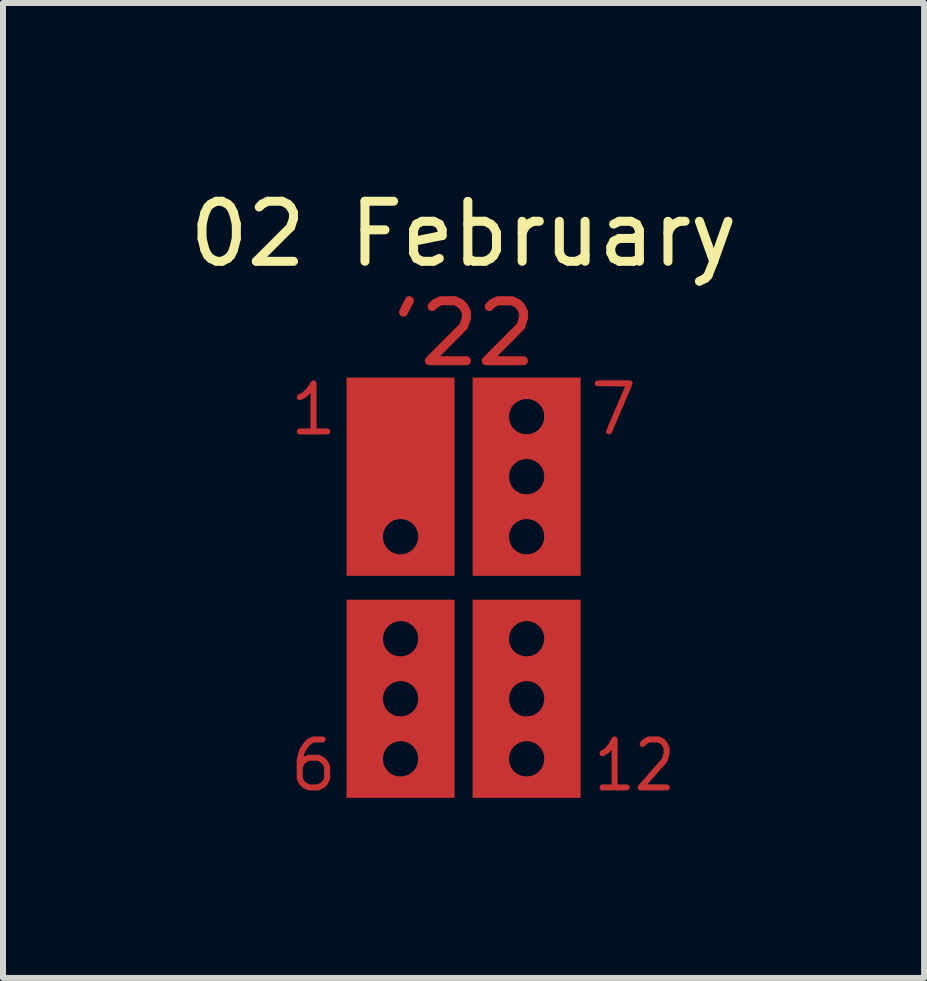
<source format=kicad_pcb>
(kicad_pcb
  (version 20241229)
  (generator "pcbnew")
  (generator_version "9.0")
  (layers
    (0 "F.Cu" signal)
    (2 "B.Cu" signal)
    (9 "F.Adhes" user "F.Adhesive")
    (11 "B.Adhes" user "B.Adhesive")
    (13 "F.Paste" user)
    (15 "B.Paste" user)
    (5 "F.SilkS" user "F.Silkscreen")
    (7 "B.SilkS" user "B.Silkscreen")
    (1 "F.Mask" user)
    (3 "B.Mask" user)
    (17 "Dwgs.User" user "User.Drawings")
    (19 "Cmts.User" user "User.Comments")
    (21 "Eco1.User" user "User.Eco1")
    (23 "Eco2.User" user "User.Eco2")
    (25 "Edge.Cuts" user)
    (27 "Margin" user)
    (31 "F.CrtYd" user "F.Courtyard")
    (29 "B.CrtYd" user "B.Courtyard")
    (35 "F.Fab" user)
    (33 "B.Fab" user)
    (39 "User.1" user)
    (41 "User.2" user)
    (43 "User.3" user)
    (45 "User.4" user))
  (footprint "02 February"
    (layer "F.Cu")
    (at 4.673 6.741)
    (property "Reference" "02 February" (at 0 -5.893 0) (unlocked yes) (layer "F.SilkS") (effects (font (size 1 1) (thickness 0.15))))
    (attr smd)
    (pad "1" smd custom (at -2.718 2.996) (size 0.01 0.01) (layers "F.Cu" "F.Mask" "F.Paste") (options (anchor circle)) (primitives (gr_poly (pts (xy 0.312 -0.518) (xy 0.329 -0.518) (xy 0.342 -0.518) (xy 0.354 -0.518) (xy 0.363 -0.517) (xy 0.37 -0.517) (xy 0.376 -0.517) (xy 0.38 -0.517) (xy 0.383 -0.516) (xy 0.385 -0.516) (xy 0.387 -0.515) (xy 0.389 -0.515) (xy 0.39 -0.514) (xy 0.399 -0.508) (xy 0.408 -0.5) (xy 0.414 -0.49) (xy 0.415 -0.489) (xy 0.417 -0.484) (xy 0.418 -0.479) (xy 0.419 -0.472) (xy 0.419 -0.468) (xy 0.418 -0.46) (xy 0.418 -0.454) (xy 0.416 -0.449) (xy 0.415 -0.447) (xy 0.408 -0.437) (xy 0.4 -0.429) (xy 0.391 -0.423) (xy 0.39 -0.422) (xy 0.388 -0.421) (xy 0.386 -0.421) (xy 0.384 -0.42) (xy 0.381 -0.42) (xy 0.376 -0.419) (xy 0.371 -0.419) (xy 0.364 -0.419) (xy 0.355 -0.418) (xy 0.344 -0.418) (xy 0.33 -0.418) (xy 0.313 -0.418) (xy 0.305 -0.418) (xy 0.227 -0.417) (xy 0.199 -0.403) (xy 0.189 -0.398) (xy 0.182 -0.394) (xy 0.176 -0.39) (xy 0.171 -0.387) (xy 0.167 -0.383) (xy 0.162 -0.379) (xy 0.157 -0.374) (xy 0.155 -0.372) (xy 0.15 -0.367) (xy 0.145 -0.362) (xy 0.141 -0.356) (xy 0.135 -0.349) (xy 0.129 -0.341) (xy 0.122 -0.331) (xy 0.114 -0.319) (xy 0.106 -0.306) (xy 0.072 -0.257) (xy 0.063 -0.219) (xy 0.06 -0.208) (xy 0.057 -0.198) (xy 0.055 -0.19) (xy 0.054 -0.184) (xy 0.053 -0.18) (xy 0.053 -0.179) (xy 0.054 -0.179) (xy 0.058 -0.18) (xy 0.064 -0.183) (xy 0.072 -0.187) (xy 0.081 -0.191) (xy 0.09 -0.195) (xy 0.128 -0.214) (xy 0.307 -0.214) (xy 0.399 -0.168) (xy 0.424 -0.143) (xy 0.449 -0.118) (xy 0.472 -0.072) (xy 0.495 -0.026) (xy 0.495 0.193) (xy 0.472 0.239) (xy 0.449 0.285) (xy 0.424 0.31) (xy 0.399 0.335) (xy 0.353 0.358) (xy 0.307 0.381) (xy 0.22 0.381) (xy 0.199 0.381) (xy 0.182 0.381) (xy 0.168 0.381) (xy 0.156 0.381) (xy 0.146 0.381) (xy 0.138 0.38) (xy 0.133 0.38) (xy 0.129 0.38) (xy 0.127 0.379) (xy 0.126 0.379) (xy 0.123 0.378) (xy 0.118 0.375) (xy 0.11 0.372) (xy 0.1 0.367) (xy 0.09 0.362) (xy 0.079 0.356) (xy 0.077 0.355) (xy 0.034 0.334) (xy 0.009 0.309) (xy -0.017 0.284) (xy -0.039 0.238) (xy -0.062 0.193) (xy -0.062 0.167) (xy 0.038 0.167) (xy 0.053 0.196) (xy 0.058 0.206) (xy 0.062 0.214) (xy 0.065 0.22) (xy 0.069 0.225) (xy 0.072 0.229) (xy 0.076 0.233) (xy 0.08 0.238) (xy 0.08 0.238) (xy 0.085 0.243) (xy 0.089 0.246) (xy 0.094 0.25) (xy 0.099 0.253) (xy 0.106 0.257) (xy 0.114 0.261) (xy 0.123 0.266) (xy 0.153 0.281) (xy 0.217 0.281) (xy 0.281 0.281) (xy 0.309 0.267) (xy 0.319 0.261) (xy 0.327 0.257) (xy 0.333 0.254) (xy 0.338 0.251) (xy 0.343 0.247) (xy 0.347 0.243) (xy 0.351 0.239) (xy 0.356 0.234) (xy 0.36 0.23) (xy 0.363 0.226) (xy 0.367 0.221) (xy 0.37 0.216) (xy 0.374 0.208) (xy 0.379 0.198) (xy 0.38 0.196) (xy 0.395 0.167) (xy 0.395 0) (xy 0.38 -0.029) (xy 0.375 -0.039) (xy 0.371 -0.047) (xy 0.367 -0.053) (xy 0.364 -0.058) (xy 0.361 -0.062) (xy 0.357 -0.066) (xy 0.353 -0.071) (xy 0.351 -0.072) (xy 0.346 -0.077) (xy 0.342 -0.081) (xy 0.337 -0.084) (xy 0.332 -0.088) (xy 0.326 -0.091) (xy 0.318 -0.095) (xy 0.309 -0.1) (xy 0.281 -0.114) (xy 0.154 -0.114) (xy 0.123 -0.099) (xy 0.113 -0.094) (xy 0.105 -0.089) (xy 0.099 -0.086) (xy 0.093 -0.083) (xy 0.089 -0.079) (xy 0.085 -0.076) (xy 0.08 -0.071) (xy 0.076 -0.067) (xy 0.072 -0.063) (xy 0.069 -0.059) (xy 0.066 -0.054) (xy 0.062 -0.048) (xy 0.058 -0.04) (xy 0.053 -0.03) (xy 0.053 -0.029) (xy 0.038 0) (xy 0.038 0.167) (xy -0.062 0.167) (xy -0.062 0.031) (xy -0.063 -0.132) (xy -0.042 -0.215) (xy -0.038 -0.231) (xy -0.034 -0.246) (xy -0.03 -0.261) (xy -0.027 -0.273) (xy -0.024 -0.284) (xy -0.022 -0.293) (xy -0.02 -0.299) (xy -0.019 -0.302) (xy -0.018 -0.303) (xy -0.017 -0.305) (xy -0.014 -0.31) (xy -0.009 -0.316) (xy -0.003 -0.325) (xy 0.003 -0.335) (xy 0.011 -0.347) (xy 0.019 -0.359) (xy 0.025 -0.367) (xy 0.034 -0.381) (xy 0.043 -0.393) (xy 0.049 -0.403) (xy 0.055 -0.411) (xy 0.06 -0.418) (xy 0.064 -0.423) (xy 0.069 -0.428) (xy 0.073 -0.433) (xy 0.077 -0.438) (xy 0.082 -0.442) (xy 0.087 -0.448) (xy 0.088 -0.449) (xy 0.111 -0.472) (xy 0.157 -0.495) (xy 0.203 -0.518) (xy 0.293 -0.518)) (width 0) (fill yes))))
    (pad "1" smd custom (at -2.515 -2.794) (size 0.01 0.01) (layers "F.Cu" "F.Mask" "F.Paste") (options (anchor circle)) (primitives (gr_poly (pts (xy 0.025 -0.658) (xy 0.037 -0.654) (xy 0.047 -0.647) (xy 0.055 -0.639) (xy 0.061 -0.629) (xy 0.065 -0.622) (xy 0.065 0.14) (xy 0.161 0.141) (xy 0.182 0.141) (xy 0.199 0.141) (xy 0.213 0.141) (xy 0.225 0.141) (xy 0.235 0.141) (xy 0.243 0.142) (xy 0.249 0.142) (xy 0.253 0.142) (xy 0.257 0.143) (xy 0.26 0.143) (xy 0.262 0.144) (xy 0.264 0.144) (xy 0.265 0.145) (xy 0.275 0.151) (xy 0.283 0.159) (xy 0.289 0.169) (xy 0.29 0.17) (xy 0.292 0.175) (xy 0.293 0.18) (xy 0.294 0.187) (xy 0.294 0.191) (xy 0.294 0.199) (xy 0.293 0.205) (xy 0.291 0.21) (xy 0.29 0.212) (xy 0.283 0.222) (xy 0.275 0.23) (xy 0.266 0.236) (xy 0.265 0.237) (xy 0.257 0.24) (xy 0.018 0.241) (xy -0.014 0.241) (xy -0.044 0.241) (xy -0.071 0.241) (xy -0.095 0.241) (xy -0.116 0.241) (xy -0.135 0.241) (xy -0.152 0.241) (xy -0.166 0.241) (xy -0.178 0.241) (xy -0.189 0.241) (xy -0.198 0.24) (xy -0.205 0.24) (xy -0.211 0.24) (xy -0.216 0.24) (xy -0.22 0.24) (xy -0.223 0.239) (xy -0.225 0.239) (xy -0.227 0.239) (xy -0.228 0.238) (xy -0.229 0.238) (xy -0.24 0.233) (xy -0.249 0.225) (xy -0.255 0.216) (xy -0.26 0.206) (xy -0.262 0.196) (xy -0.262 0.185) (xy -0.259 0.174) (xy -0.255 0.164) (xy -0.248 0.155) (xy -0.238 0.148) (xy -0.233 0.145) (xy -0.231 0.144) (xy -0.23 0.144) (xy -0.228 0.143) (xy -0.225 0.143) (xy -0.221 0.142) (xy -0.217 0.142) (xy -0.21 0.142) (xy -0.202 0.141) (xy -0.193 0.141) (xy -0.181 0.141) (xy -0.166 0.141) (xy -0.149 0.141) (xy -0.13 0.141) (xy -0.035 0.14) (xy -0.035 -0.449) (xy -0.071 -0.413) (xy -0.107 -0.377) (xy -0.198 -0.332) (xy -0.212 -0.332) (xy -0.22 -0.332) (xy -0.226 -0.333) (xy -0.231 -0.334) (xy -0.234 -0.336) (xy -0.244 -0.343) (xy -0.253 -0.352) (xy -0.258 -0.36) (xy -0.261 -0.369) (xy -0.262 -0.379) (xy -0.261 -0.39) (xy -0.259 -0.399) (xy -0.258 -0.402) (xy -0.256 -0.407) (xy -0.253 -0.411) (xy -0.249 -0.415) (xy -0.244 -0.419) (xy -0.238 -0.424) (xy -0.229 -0.428) (xy -0.219 -0.434) (xy -0.206 -0.441) (xy -0.204 -0.442) (xy -0.166 -0.461) (xy -0.131 -0.497) (xy -0.095 -0.533) (xy -0.058 -0.588) (xy -0.048 -0.603) (xy -0.04 -0.616) (xy -0.033 -0.626) (xy -0.027 -0.634) (xy -0.022 -0.64) (xy -0.018 -0.645) (xy -0.014 -0.649) (xy -0.011 -0.652) (xy -0.007 -0.654) (xy -0.003 -0.655) (xy 0.001 -0.657) (xy 0.001 -0.657) (xy 0.013 -0.659)) (width 0) (fill yes))))
    (pad "1" smd custom (at -1.651 0.508) (size 0.2 0.2) (layers "F.Cu" "F.Mask" "F.Paste") (options (anchor circle)) (primitives (gr_poly (pts (xy 1.501 2.993) (xy -0.299 2.993) (xy -0.299 2.342) (xy 0.307 2.342) (xy 0.316 2.417) (xy 0.341 2.483) (xy 0.38 2.539) (xy 0.431 2.584) (xy 0.49 2.616) (xy 0.557 2.634) (xy 0.627 2.635) (xy 0.699 2.619) (xy 0.726 2.609) (xy 0.788 2.57) (xy 0.836 2.52) (xy 0.87 2.461) (xy 0.89 2.395) (xy 0.895 2.327) (xy 0.884 2.259) (xy 0.857 2.195) (xy 0.813 2.137) (xy 0.81 2.134) (xy 0.752 2.088) (xy 0.688 2.06) (xy 0.622 2.049) (xy 0.557 2.052) (xy 0.493 2.07) (xy 0.435 2.101) (xy 0.385 2.143) (xy 0.345 2.197) (xy 0.319 2.261) (xy 0.307 2.333) (xy 0.307 2.342) (xy -0.299 2.342) (xy -0.299 1.342) (xy 0.307 1.342) (xy 0.316 1.416) (xy 0.341 1.482) (xy 0.38 1.539) (xy 0.431 1.584) (xy 0.49 1.616) (xy 0.557 1.633) (xy 0.627 1.635) (xy 0.699 1.619) (xy 0.726 1.608) (xy 0.788 1.57) (xy 0.836 1.52) (xy 0.87 1.46) (xy 0.89 1.395) (xy 0.895 1.327) (xy 0.884 1.259) (xy 0.857 1.194) (xy 0.813 1.137) (xy 0.81 1.133) (xy 0.752 1.088) (xy 0.688 1.06) (xy 0.622 1.048) (xy 0.557 1.052) (xy 0.493 1.069) (xy 0.435 1.1) (xy 0.385 1.143) (xy 0.345 1.197) (xy 0.319 1.26) (xy 0.307 1.333) (xy 0.307 1.342) (xy -0.299 1.342) (xy -0.299 0.342) (xy 0.307 0.342) (xy 0.316 0.416) (xy 0.341 0.482) (xy 0.38 0.538) (xy 0.431 0.583) (xy 0.49 0.615) (xy 0.557 0.633) (xy 0.627 0.635) (xy 0.699 0.619) (xy 0.726 0.608) (xy 0.788 0.57) (xy 0.836 0.519) (xy 0.87 0.46) (xy 0.89 0.394) (xy 0.895 0.326) (xy 0.884 0.258) (xy 0.857 0.194) (xy 0.813 0.136) (xy 0.81 0.133) (xy 0.752 0.087) (xy 0.688 0.059) (xy 0.622 0.048) (xy 0.557 0.051) (xy 0.493 0.069) (xy 0.435 0.1) (xy 0.385 0.143) (xy 0.345 0.196) (xy 0.319 0.26) (xy 0.307 0.332) (xy 0.307 0.342) (xy -0.299 0.342) (xy -0.299 -0.309) (xy 1.501 -0.309)) (width 0) (fill yes))))
    (pad "1" smd custom (at -1.473 -0.381) (size 0.01 0.01) (layers "F.Cu" "F.Mask" "F.Paste") (options (anchor circle)) (primitives (gr_poly (pts (xy -0.477 -3.12) (xy 1.323 -3.12) (xy 1.323 -0.469) (xy 0.717 -0.469) (xy 0.708 -0.543) (xy 0.683 -0.609) (xy 0.644 -0.665) (xy 0.593 -0.71) (xy 0.534 -0.742) (xy 0.468 -0.76) (xy 0.397 -0.762) (xy 0.325 -0.746) (xy 0.298 -0.735) (xy 0.237 -0.697) (xy 0.188 -0.646) (xy 0.154 -0.587) (xy 0.134 -0.521) (xy 0.129 -0.453) (xy 0.14 -0.385) (xy 0.167 -0.321) (xy 0.211 -0.263) (xy 0.214 -0.26) (xy 0.272 -0.214) (xy 0.336 -0.186) (xy 0.402 -0.175) (xy 0.468 -0.178) (xy 0.531 -0.196) (xy 0.589 -0.227) (xy 0.639 -0.27) (xy 0.679 -0.323) (xy 0.706 -0.387) (xy 0.717 -0.459) (xy 0.717 -0.469) (xy 1.323 -0.469) (xy 1.323 0.182) (xy -0.477 0.182)) (width 0) (fill yes))))
    (pad "1" smd custom (at -0.914 -4.75) (size 0.01 0.01) (layers "F.Cu" "F.Mask" "F.Paste") (options (anchor circle)) (primitives (gr_poly (pts (xy 0.028 -0.104) (xy 0.043 -0.099) (xy 0.057 -0.09) (xy 0.063 -0.085) (xy 0.074 -0.071) (xy 0.08 -0.057) (xy 0.083 -0.04) (xy 0.084 -0.031) (xy 0.084 -0.012) (xy 0.03 0.095) (xy 0.017 0.122) (xy 0.005 0.144) (xy -0.004 0.163) (xy -0.013 0.178) (xy -0.02 0.191) (xy -0.026 0.201) (xy -0.031 0.208) (xy -0.036 0.214) (xy -0.04 0.219) (xy -0.045 0.222) (xy -0.05 0.225) (xy -0.055 0.228) (xy -0.056 0.228) (xy -0.068 0.232) (xy -0.082 0.234) (xy -0.097 0.234) (xy -0.109 0.231) (xy -0.109 0.231) (xy -0.126 0.223) (xy -0.14 0.212) (xy -0.151 0.197) (xy -0.159 0.181) (xy -0.162 0.163) (xy -0.162 0.152) (xy -0.16 0.146) (xy -0.157 0.137) (xy -0.151 0.124) (xy -0.144 0.109) (xy -0.136 0.091) (xy -0.127 0.072) (xy -0.117 0.052) (xy -0.107 0.031) (xy -0.097 0.011) (xy -0.086 -0.009) (xy -0.077 -0.028) (xy -0.067 -0.045) (xy -0.059 -0.06) (xy -0.052 -0.072) (xy -0.047 -0.08) (xy -0.043 -0.085) (xy -0.031 -0.095) (xy -0.018 -0.102) (xy -0.003 -0.105) (xy 0.01 -0.106)) (width 0) (fill yes))))
    (pad "1" smd custom (at 0.076 -4.572) (size 0.01 0.01) (layers "F.Cu" "F.Mask" "F.Paste") (options (anchor circle)) (primitives (gr_poly (pts (xy -0.263 -0.284) (xy -0.244 -0.284) (xy -0.229 -0.284) (xy -0.218 -0.283) (xy -0.209 -0.283) (xy -0.203 -0.282) (xy -0.199 -0.282) (xy -0.199 -0.282) (xy -0.194 -0.28) (xy -0.185 -0.276) (xy -0.173 -0.27) (xy -0.16 -0.263) (xy -0.145 -0.256) (xy -0.136 -0.251) (xy -0.083 -0.224) (xy -0.014 -0.155) (xy 0.014 -0.102) (xy 0.021 -0.086) (xy 0.029 -0.072) (xy 0.035 -0.059) (xy 0.04 -0.048) (xy 0.043 -0.041) (xy 0.044 -0.039) (xy 0.045 -0.033) (xy 0.046 -0.025) (xy 0.046 -0.014) (xy 0.047 0.001) (xy 0.047 0.021) (xy 0.046 0.033) (xy 0.046 0.095) (xy 0.02 0.168) (xy 0.014 0.187) (xy 0.008 0.204) (xy 0.002 0.22) (xy -0.003 0.233) (xy -0.006 0.243) (xy -0.009 0.25) (xy -0.009 0.251) (xy -0.011 0.254) (xy -0.014 0.258) (xy -0.02 0.264) (xy -0.027 0.272) (xy -0.037 0.283) (xy -0.05 0.296) (xy -0.064 0.311) (xy -0.082 0.329) (xy -0.102 0.35) (xy -0.125 0.373) (xy -0.152 0.399) (xy -0.181 0.429) (xy -0.214 0.462) (xy -0.24 0.488) (xy -0.466 0.715) (xy -0.237 0.716) (xy -0.199 0.716) (xy -0.165 0.716) (xy -0.135 0.716) (xy -0.109 0.716) (xy -0.087 0.716) (xy -0.068 0.716) (xy -0.052 0.716) (xy -0.039 0.717) (xy -0.029 0.717) (xy -0.021 0.717) (xy -0.014 0.718) (xy -0.009 0.718) (xy -0.006 0.719) (xy -0.003 0.719) (xy -0.000429 0.72) (xy 0.002 0.721) (xy 0.003 0.722) (xy 0.017 0.73) (xy 0.029 0.743) (xy 0.039 0.757) (xy 0.04 0.758) (xy 0.043 0.766) (xy 0.045 0.775) (xy 0.046 0.785) (xy 0.046 0.79) (xy 0.045 0.802) (xy 0.044 0.811) (xy 0.041 0.819) (xy 0.04 0.822) (xy 0.03 0.837) (xy 0.018 0.85) (xy 0.004 0.859) (xy 0.003 0.859) (xy -0.009 0.865) (xy -0.334 0.865) (xy -0.381 0.865) (xy -0.423 0.865) (xy -0.461 0.865) (xy -0.495 0.865) (xy -0.524 0.865) (xy -0.55 0.865) (xy -0.573 0.865) (xy -0.592 0.865) (xy -0.609 0.865) (xy -0.623 0.865) (xy -0.635 0.865) (xy -0.644 0.864) (xy -0.652 0.864) (xy -0.658 0.864) (xy -0.662 0.863) (xy -0.666 0.863) (xy -0.669 0.862) (xy -0.671 0.862) (xy -0.672 0.861) (xy -0.689 0.853) (xy -0.702 0.842) (xy -0.713 0.827) (xy -0.719 0.811) (xy -0.722 0.793) (xy -0.721 0.775) (xy -0.715 0.758) (xy -0.714 0.756) (xy -0.712 0.753) (xy -0.708 0.748) (xy -0.703 0.743) (xy -0.697 0.736) (xy -0.689 0.727) (xy -0.679 0.717) (xy -0.667 0.704) (xy -0.653 0.69) (xy -0.637 0.674) (xy -0.618 0.655) (xy -0.597 0.633) (xy -0.573 0.609) (xy -0.547 0.582) (xy -0.517 0.553) (xy -0.484 0.52) (xy -0.448 0.484) (xy -0.426 0.461) (xy -0.142 0.177) (xy -0.104 0.063) (xy -0.104 0.032) (xy -0.104 0.001) (xy -0.12 -0.031) (xy -0.128 -0.045) (xy -0.134 -0.057) (xy -0.141 -0.066) (xy -0.148 -0.074) (xy -0.154 -0.081) (xy -0.162 -0.089) (xy -0.17 -0.095) (xy -0.178 -0.101) (xy -0.187 -0.107) (xy -0.2 -0.114) (xy -0.205 -0.116) (xy -0.239 -0.134) (xy -0.438 -0.134) (xy -0.471 -0.117) (xy -0.484 -0.111) (xy -0.494 -0.105) (xy -0.503 -0.099) (xy -0.511 -0.093) (xy -0.52 -0.085) (xy -0.53 -0.075) (xy -0.544 -0.062) (xy -0.555 -0.053) (xy -0.564 -0.046) (xy -0.574 -0.042) (xy -0.583 -0.04) (xy -0.594 -0.039) (xy -0.6 -0.038) (xy -0.618 -0.04) (xy -0.633 -0.045) (xy -0.647 -0.054) (xy -0.653 -0.059) (xy -0.664 -0.073) (xy -0.671 -0.087) (xy -0.674 -0.104) (xy -0.674 -0.113) (xy -0.674 -0.123) (xy -0.673 -0.133) (xy -0.67 -0.141) (xy -0.666 -0.149) (xy -0.659 -0.158) (xy -0.65 -0.169) (xy -0.638 -0.181) (xy -0.629 -0.191) (xy -0.595 -0.224) (xy -0.536 -0.254) (xy -0.476 -0.283) (xy -0.343 -0.284) (xy -0.312 -0.284) (xy -0.285 -0.284)) (width 0) (fill yes))))
    (pad "1" smd custom (at 0.381 -1.524) (size 0.2 0.2) (layers "F.Cu" "F.Mask" "F.Paste") (options (anchor circle)) (primitives (gr_poly (pts (xy 1.569 1.325) (xy -0.231 1.325) (xy -0.231 0.674) (xy 0.375 0.674) (xy 0.384 0.749) (xy 0.409 0.815) (xy 0.448 0.871) (xy 0.499 0.916) (xy 0.558 0.948) (xy 0.625 0.966) (xy 0.695 0.967) (xy 0.767 0.951) (xy 0.794 0.941) (xy 0.856 0.902) (xy 0.904 0.852) (xy 0.938 0.793) (xy 0.958 0.727) (xy 0.963 0.659) (xy 0.952 0.591) (xy 0.925 0.527) (xy 0.881 0.469) (xy 0.878 0.466) (xy 0.82 0.42) (xy 0.756 0.392) (xy 0.69 0.381) (xy 0.625 0.384) (xy 0.561 0.402) (xy 0.503 0.433) (xy 0.453 0.475) (xy 0.413 0.529) (xy 0.387 0.593) (xy 0.375 0.665) (xy 0.375 0.674) (xy -0.231 0.674) (xy -0.231 -0.326) (xy 0.375 -0.326) (xy 0.384 -0.252) (xy 0.409 -0.186) (xy 0.448 -0.129) (xy 0.499 -0.084) (xy 0.558 -0.052) (xy 0.625 -0.035) (xy 0.695 -0.033) (xy 0.767 -0.049) (xy 0.794 -0.06) (xy 0.856 -0.098) (xy 0.904 -0.148) (xy 0.938 -0.208) (xy 0.958 -0.273) (xy 0.963 -0.341) (xy 0.952 -0.409) (xy 0.925 -0.474) (xy 0.881 -0.531) (xy 0.878 -0.535) (xy 0.82 -0.58) (xy 0.756 -0.608) (xy 0.69 -0.62) (xy 0.625 -0.616) (xy 0.561 -0.599) (xy 0.503 -0.568) (xy 0.453 -0.525) (xy 0.413 -0.471) (xy 0.387 -0.408) (xy 0.375 -0.335) (xy 0.375 -0.326) (xy -0.231 -0.326) (xy -0.231 -1.326) (xy 0.375 -1.326) (xy 0.384 -1.252) (xy 0.409 -1.186) (xy 0.448 -1.13) (xy 0.499 -1.085) (xy 0.558 -1.053) (xy 0.625 -1.035) (xy 0.695 -1.033) (xy 0.767 -1.049) (xy 0.794 -1.06) (xy 0.856 -1.098) (xy 0.904 -1.149) (xy 0.938 -1.208) (xy 0.958 -1.274) (xy 0.963 -1.342) (xy 0.952 -1.41) (xy 0.925 -1.474) (xy 0.881 -1.532) (xy 0.878 -1.535) (xy 0.82 -1.581) (xy 0.756 -1.609) (xy 0.69 -1.62) (xy 0.625 -1.617) (xy 0.561 -1.599) (xy 0.503 -1.568) (xy 0.453 -1.525) (xy 0.413 -1.472) (xy 0.387 -1.408) (xy 0.375 -1.336) (xy 0.375 -1.326) (xy -0.231 -1.326) (xy -0.231 -1.977) (xy 1.569 -1.977)) (width 0) (fill yes))))
    (pad "1" smd custom (at 0.381 1.016) (size 0.2 0.2) (layers "F.Cu" "F.Mask" "F.Paste") (options (anchor circle)) (primitives (gr_poly (pts (xy 1.569 2.485) (xy -0.231 2.485) (xy -0.231 1.834) (xy 0.375 1.834) (xy 0.384 1.909) (xy 0.409 1.975) (xy 0.448 2.031) (xy 0.499 2.076) (xy 0.558 2.108) (xy 0.625 2.126) (xy 0.695 2.127) (xy 0.767 2.111) (xy 0.794 2.101) (xy 0.856 2.062) (xy 0.904 2.012) (xy 0.938 1.953) (xy 0.958 1.887) (xy 0.963 1.819) (xy 0.952 1.751) (xy 0.925 1.687) (xy 0.881 1.629) (xy 0.878 1.626) (xy 0.82 1.58) (xy 0.756 1.552) (xy 0.69 1.541) (xy 0.625 1.544) (xy 0.561 1.562) (xy 0.503 1.593) (xy 0.453 1.635) (xy 0.413 1.689) (xy 0.387 1.753) (xy 0.375 1.825) (xy 0.375 1.834) (xy -0.231 1.834) (xy -0.231 0.834) (xy 0.375 0.834) (xy 0.384 0.908) (xy 0.409 0.974) (xy 0.448 1.031) (xy 0.499 1.076) (xy 0.558 1.108) (xy 0.625 1.125) (xy 0.695 1.127) (xy 0.767 1.111) (xy 0.794 1.1) (xy 0.856 1.062) (xy 0.904 1.012) (xy 0.938 0.952) (xy 0.958 0.887) (xy 0.963 0.819) (xy 0.952 0.751) (xy 0.925 0.686) (xy 0.881 0.629) (xy 0.878 0.625) (xy 0.82 0.58) (xy 0.756 0.552) (xy 0.69 0.54) (xy 0.625 0.544) (xy 0.561 0.561) (xy 0.503 0.592) (xy 0.453 0.635) (xy 0.413 0.689) (xy 0.387 0.752) (xy 0.375 0.825) (xy 0.375 0.834) (xy -0.231 0.834) (xy -0.231 -0.166) (xy 0.375 -0.166) (xy 0.384 -0.092) (xy 0.409 -0.026) (xy 0.448 0.03) (xy 0.499 0.075) (xy 0.558 0.107) (xy 0.625 0.125) (xy 0.695 0.127) (xy 0.767 0.111) (xy 0.794 0.1) (xy 0.856 0.062) (xy 0.904 0.011) (xy 0.938 -0.048) (xy 0.958 -0.114) (xy 0.963 -0.182) (xy 0.952 -0.25) (xy 0.925 -0.314) (xy 0.881 -0.372) (xy 0.878 -0.375) (xy 0.82 -0.421) (xy 0.756 -0.449) (xy 0.69 -0.46) (xy 0.625 -0.457) (xy 0.561 -0.439) (xy 0.503 -0.408) (xy 0.453 -0.365) (xy 0.413 -0.312) (xy 0.387 -0.248) (xy 0.375 -0.176) (xy 0.375 -0.166) (xy -0.231 -0.166) (xy -0.231 -0.817) (xy 1.569 -0.817)) (width 0) (fill yes))))
    (pad "1" smd custom (at 0.965 -4.724) (size 0.01 0.01) (layers "F.Cu" "F.Mask" "F.Paste") (options (anchor circle)) (primitives (gr_poly (pts (xy -0.308 -0.132) (xy -0.277 -0.132) (xy -0.272 -0.132) (xy -0.138 -0.131) (xy -0.079 -0.101) (xy -0.019 -0.072) (xy 0.015 -0.037) (xy 0.05 -0.002) (xy 0.078 0.055) (xy 0.107 0.113) (xy 0.108 0.177) (xy 0.108 0.241) (xy 0.082 0.321) (xy 0.076 0.34) (xy 0.069 0.358) (xy 0.064 0.375) (xy 0.059 0.388) (xy 0.055 0.399) (xy 0.053 0.406) (xy 0.052 0.408) (xy 0.05 0.411) (xy 0.044 0.417) (xy 0.036 0.426) (xy 0.024 0.438) (xy 0.01 0.452) (xy -0.006 0.469) (xy -0.025 0.488) (xy -0.046 0.509) (xy -0.069 0.532) (xy -0.093 0.557) (xy -0.118 0.582) (xy -0.145 0.609) (xy -0.173 0.637) (xy -0.177 0.642) (xy -0.403 0.867) (xy -0.175 0.868) (xy -0.136 0.868) (xy -0.102 0.868) (xy -0.073 0.868) (xy -0.047 0.868) (xy -0.025 0.869) (xy -0.006 0.869) (xy 0.009 0.869) (xy 0.022 0.869) (xy 0.032 0.869) (xy 0.041 0.87) (xy 0.047 0.87) (xy 0.052 0.871) (xy 0.056 0.871) (xy 0.058 0.872) (xy 0.061 0.873) (xy 0.063 0.873) (xy 0.064 0.874) (xy 0.078 0.883) (xy 0.091 0.895) (xy 0.1 0.91) (xy 0.101 0.911) (xy 0.105 0.925) (xy 0.107 0.941) (xy 0.106 0.957) (xy 0.102 0.972) (xy 0.101 0.975) (xy 0.091 0.989) (xy 0.079 1.002) (xy 0.065 1.011) (xy 0.064 1.012) (xy 0.052 1.017) (xy -0.273 1.018) (xy -0.32 1.018) (xy -0.362 1.018) (xy -0.4 1.018) (xy -0.433 1.018) (xy -0.463 1.018) (xy -0.489 1.018) (xy -0.512 1.018) (xy -0.531 1.018) (xy -0.548 1.017) (xy -0.562 1.017) (xy -0.573 1.017) (xy -0.583 1.017) (xy -0.591 1.017) (xy -0.597 1.016) (xy -0.601 1.016) (xy -0.605 1.015) (xy -0.608 1.015) (xy -0.61 1.014) (xy -0.611 1.014) (xy -0.627 1.006) (xy -0.641 0.994) (xy -0.651 0.98) (xy -0.658 0.963) (xy -0.661 0.946) (xy -0.66 0.928) (xy -0.654 0.91) (xy -0.652 0.908) (xy -0.65 0.904) (xy -0.645 0.899) (xy -0.639 0.892) (xy -0.631 0.884) (xy -0.621 0.873) (xy -0.609 0.861) (xy -0.595 0.846) (xy -0.578 0.829) (xy -0.559 0.81) (xy -0.538 0.788) (xy -0.513 0.763) (xy -0.486 0.736) (xy -0.455 0.705) (xy -0.422 0.671) (xy -0.385 0.634) (xy -0.364 0.614) (xy -0.08 0.329) (xy -0.061 0.274) (xy -0.043 0.218) (xy -0.043 0.152) (xy -0.059 0.12) (xy -0.069 0.1) (xy -0.079 0.084) (xy -0.09 0.071) (xy -0.102 0.06) (xy -0.116 0.05) (xy -0.134 0.04) (xy -0.142 0.036) (xy -0.176 0.019) (xy -0.376 0.019) (xy -0.41 0.036) (xy -0.424 0.044) (xy -0.435 0.049) (xy -0.443 0.055) (xy -0.451 0.061) (xy -0.46 0.069) (xy -0.47 0.078) (xy -0.47 0.078) (xy -0.483 0.091) (xy -0.494 0.1) (xy -0.504 0.107) (xy -0.514 0.111) (xy -0.524 0.113) (xy -0.536 0.114) (xy -0.539 0.114) (xy -0.557 0.112) (xy -0.572 0.107) (xy -0.586 0.099) (xy -0.592 0.093) (xy -0.603 0.08) (xy -0.61 0.065) (xy -0.613 0.049) (xy -0.613 0.04) (xy -0.613 0.03) (xy -0.611 0.021) (xy -0.609 0.012) (xy -0.604 0.004) (xy -0.598 -0.005) (xy -0.588 -0.015) (xy -0.576 -0.028) (xy -0.566 -0.038) (xy -0.531 -0.072) (xy -0.479 -0.099) (xy -0.463 -0.107) (xy -0.449 -0.114) (xy -0.436 -0.12) (xy -0.425 -0.125) (xy -0.418 -0.128) (xy -0.416 -0.129) (xy -0.412 -0.13) (xy -0.406 -0.13) (xy -0.398 -0.131) (xy -0.387 -0.131) (xy -0.373 -0.132) (xy -0.355 -0.132) (xy -0.333 -0.132)) (width 0) (fill yes))))
    (pad "1" smd custom (at 2.667 3.353) (size 0.01 0.01) (layers "F.Cu" "F.Mask" "F.Paste") (options (anchor circle)) (primitives (gr_poly (pts (xy -0.137 -0.873) (xy -0.126 -0.868) (xy -0.117 -0.862) (xy -0.109 -0.853) (xy -0.105 -0.846) (xy -0.101 -0.838) (xy -0.101 -0.457) (xy -0.1 -0.076) (xy 0.062 -0.075) (xy 0.071 -0.071) (xy 0.081 -0.064) (xy 0.09 -0.054) (xy 0.095 -0.047) (xy 0.097 -0.041) (xy 0.098 -0.036) (xy 0.099 -0.029) (xy 0.099 -0.025) (xy 0.099 -0.018) (xy 0.098 -0.012) (xy 0.096 -0.007) (xy 0.095 -0.004) (xy 0.088 0.007) (xy 0.078 0.015) (xy 0.071 0.02) (xy 0.062 0.024) (xy -0.149 0.024) (xy -0.181 0.024) (xy -0.21 0.024) (xy -0.236 0.024) (xy -0.259 0.024) (xy -0.279 0.024) (xy -0.297 0.024) (xy -0.312 0.024) (xy -0.325 0.024) (xy -0.336 0.024) (xy -0.345 0.024) (xy -0.353 0.024) (xy -0.358 0.023) (xy -0.362 0.023) (xy -0.365 0.023) (xy -0.367 0.023) (xy -0.367 0.023) (xy -0.378 0.018) (xy -0.387 0.01) (xy -0.394 0.002) (xy -0.399 -0.008) (xy -0.402 -0.019) (xy -0.402 -0.03) (xy -0.4 -0.041) (xy -0.395 -0.051) (xy -0.388 -0.06) (xy -0.379 -0.068) (xy -0.373 -0.071) (xy -0.365 -0.075) (xy -0.283 -0.075) (xy -0.201 -0.076) (xy -0.201 -0.364) (xy -0.201 -0.395) (xy -0.201 -0.424) (xy -0.201 -0.453) (xy -0.201 -0.48) (xy -0.201 -0.506) (xy -0.201 -0.531) (xy -0.201 -0.553) (xy -0.201 -0.574) (xy -0.201 -0.593) (xy -0.201 -0.609) (xy -0.201 -0.623) (xy -0.201 -0.635) (xy -0.201 -0.643) (xy -0.202 -0.649) (xy -0.202 -0.652) (xy -0.202 -0.652) (xy -0.203 -0.651) (xy -0.206 -0.648) (xy -0.211 -0.643) (xy -0.216 -0.636) (xy -0.223 -0.628) (xy -0.226 -0.625) (xy -0.233 -0.617) (xy -0.239 -0.61) (xy -0.245 -0.604) (xy -0.25 -0.599) (xy -0.252 -0.596) (xy -0.253 -0.596) (xy -0.256 -0.593) (xy -0.262 -0.59) (xy -0.269 -0.586) (xy -0.278 -0.581) (xy -0.288 -0.575) (xy -0.298 -0.569) (xy -0.308 -0.564) (xy -0.317 -0.559) (xy -0.325 -0.555) (xy -0.332 -0.551) (xy -0.337 -0.549) (xy -0.338 -0.549) (xy -0.35 -0.547) (xy -0.361 -0.548) (xy -0.373 -0.551) (xy -0.383 -0.558) (xy -0.392 -0.566) (xy -0.398 -0.575) (xy -0.401 -0.585) (xy -0.402 -0.595) (xy -0.401 -0.606) (xy -0.399 -0.615) (xy -0.398 -0.618) (xy -0.395 -0.623) (xy -0.392 -0.627) (xy -0.387 -0.632) (xy -0.381 -0.636) (xy -0.374 -0.641) (xy -0.364 -0.647) (xy -0.352 -0.655) (xy -0.349 -0.656) (xy -0.316 -0.675) (xy -0.288 -0.708) (xy -0.259 -0.741) (xy -0.225 -0.799) (xy -0.216 -0.814) (xy -0.209 -0.826) (xy -0.202 -0.836) (xy -0.198 -0.844) (xy -0.193 -0.85) (xy -0.19 -0.855) (xy -0.187 -0.859) (xy -0.185 -0.861) (xy -0.183 -0.863) (xy -0.182 -0.864) (xy -0.172 -0.87) (xy -0.16 -0.874) (xy -0.149 -0.875)) (width 0) (fill yes))))
    (pad "1" smd custom (at 2.692 -3.251) (size 0.01 0.01) (layers "F.Cu" "F.Mask" "F.Paste") (options (anchor circle)) (primitives (gr_poly (pts (xy -0.139 -0.204) (xy -0.094 -0.204) (xy -0.055 -0.204) (xy -0.022 -0.204) (xy 0.006 -0.204) (xy 0.028 -0.204) (xy 0.047 -0.203) (xy 0.062 -0.203) (xy 0.073 -0.202) (xy 0.082 -0.202) (xy 0.088 -0.201) (xy 0.093 -0.2) (xy 0.096 -0.199) (xy 0.099 -0.198) (xy 0.099 -0.197) (xy 0.112 -0.187) (xy 0.121 -0.173) (xy 0.125 -0.157) (xy 0.125 -0.155) (xy 0.124 -0.15) (xy 0.12 -0.14) (xy 0.113 -0.123) (xy 0.104 -0.101) (xy 0.093 -0.075) (xy 0.08 -0.044) (xy 0.066 -0.01) (xy 0.05 0.028) (xy 0.033 0.068) (xy 0.015 0.111) (xy -0.004 0.155) (xy -0.023 0.201) (xy -0.043 0.247) (xy -0.063 0.293) (xy -0.082 0.339) (xy -0.102 0.384) (xy -0.12 0.428) (xy -0.138 0.47) (xy -0.155 0.509) (xy -0.171 0.546) (xy -0.186 0.579) (xy -0.198 0.608) (xy -0.209 0.632) (xy -0.218 0.652) (xy -0.224 0.666) (xy -0.228 0.674) (xy -0.229 0.676) (xy -0.238 0.685) (xy -0.251 0.692) (xy -0.266 0.696) (xy -0.27 0.696) (xy -0.28 0.694) (xy -0.292 0.69) (xy -0.293 0.689) (xy -0.306 0.679) (xy -0.315 0.664) (xy -0.319 0.648) (xy -0.319 0.646) (xy -0.318 0.641) (xy -0.313 0.63) (xy -0.306 0.612) (xy -0.297 0.589) (xy -0.286 0.561) (xy -0.272 0.529) (xy -0.256 0.492) (xy -0.239 0.451) (xy -0.22 0.406) (xy -0.2 0.359) (xy -0.178 0.308) (xy -0.16 0.266) (xy -0.001 -0.102) (xy -0.239 -0.104) (xy -0.288 -0.105) (xy -0.331 -0.105) (xy -0.367 -0.105) (xy -0.397 -0.106) (xy -0.422 -0.106) (xy -0.442 -0.107) (xy -0.458 -0.108) (xy -0.471 -0.109) (xy -0.48 -0.111) (xy -0.487 -0.113) (xy -0.492 -0.116) (xy -0.495 -0.119) (xy -0.498 -0.122) (xy -0.5 -0.127) (xy -0.502 -0.132) (xy -0.502 -0.132) (xy -0.507 -0.15) (xy -0.506 -0.168) (xy -0.498 -0.184) (xy -0.485 -0.196) (xy -0.482 -0.197) (xy -0.479 -0.199) (xy -0.476 -0.2) (xy -0.471 -0.201) (xy -0.465 -0.201) (xy -0.457 -0.202) (xy -0.446 -0.203) (xy -0.431 -0.203) (xy -0.413 -0.203) (xy -0.391 -0.204) (xy -0.364 -0.204) (xy -0.331 -0.204) (xy -0.293 -0.204) (xy -0.248 -0.204) (xy -0.197 -0.204) (xy -0.191 -0.204)) (width 0) (fill yes))))
    (pad "1" smd custom (at 3.277 3.327) (size 0.01 0.01) (layers "F.Cu" "F.Mask" "F.Paste") (options (anchor circle)) (primitives (gr_poly (pts (xy -0.089 -0.85) (xy -0.074 -0.85) (xy -0.06 -0.849) (xy -0.047 -0.849) (xy -0.035 -0.849) (xy -0.026 -0.849) (xy -0.019 -0.848) (xy -0.014 -0.848) (xy -0.014 -0.848) (xy -0.011 -0.847) (xy -0.005 -0.844) (xy 0.003 -0.84) (xy 0.012 -0.835) (xy 0.022 -0.829) (xy 0.032 -0.824) (xy 0.072 -0.801) (xy 0.091 -0.78) (xy 0.098 -0.772) (xy 0.104 -0.765) (xy 0.109 -0.759) (xy 0.113 -0.755) (xy 0.114 -0.752) (xy 0.116 -0.749) (xy 0.119 -0.744) (xy 0.123 -0.736) (xy 0.127 -0.727) (xy 0.132 -0.716) (xy 0.137 -0.705) (xy 0.138 -0.704) (xy 0.156 -0.661) (xy 0.157 -0.613) (xy 0.157 -0.565) (xy 0.139 -0.5) (xy 0.134 -0.483) (xy 0.13 -0.468) (xy 0.126 -0.456) (xy 0.123 -0.446) (xy 0.12 -0.439) (xy 0.118 -0.434) (xy 0.116 -0.43) (xy 0.116 -0.429) (xy 0.114 -0.427) (xy 0.111 -0.423) (xy 0.105 -0.416) (xy 0.098 -0.408) (xy 0.088 -0.397) (xy 0.078 -0.385) (xy 0.066 -0.371) (xy 0.052 -0.356) (xy 0.038 -0.339) (xy 0.022 -0.321) (xy 0.005 -0.302) (xy -0.012 -0.282) (xy -0.03 -0.261) (xy -0.049 -0.24) (xy -0.052 -0.236) (xy -0.216 -0.05) (xy -0.048 -0.05) (xy -0.021 -0.05) (xy 0.003 -0.05) (xy 0.025 -0.05) (xy 0.043 -0.05) (xy 0.059 -0.05) (xy 0.073 -0.05) (xy 0.084 -0.049) (xy 0.094 -0.049) (xy 0.102 -0.049) (xy 0.108 -0.049) (xy 0.113 -0.049) (xy 0.117 -0.048) (xy 0.12 -0.048) (xy 0.123 -0.048) (xy 0.124 -0.047) (xy 0.126 -0.047) (xy 0.127 -0.046) (xy 0.128 -0.046) (xy 0.137 -0.04) (xy 0.145 -0.032) (xy 0.152 -0.022) (xy 0.152 -0.021) (xy 0.155 -0.012) (xy 0.157 -0.001) (xy 0.156 0.01) (xy 0.153 0.019) (xy 0.152 0.021) (xy 0.146 0.031) (xy 0.138 0.039) (xy 0.128 0.046) (xy 0.128 0.046) (xy 0.12 0.049) (xy -0.108 0.05) (xy -0.141 0.05) (xy -0.171 0.05) (xy -0.197 0.05) (xy -0.221 0.05) (xy -0.242 0.05) (xy -0.261 0.05) (xy -0.277 0.05) (xy -0.292 0.05) (xy -0.304 0.05) (xy -0.314 0.049) (xy -0.322 0.049) (xy -0.329 0.049) (xy -0.334 0.049) (xy -0.338 0.049) (xy -0.341 0.048) (xy -0.342 0.048) (xy -0.343 0.048) (xy -0.354 0.043) (xy -0.363 0.035) (xy -0.371 0.026) (xy -0.376 0.015) (xy -0.378 0.003) (xy -0.378 -0.000019) (xy -0.377 -0.01) (xy -0.374 -0.02) (xy -0.369 -0.028) (xy -0.368 -0.029) (xy -0.367 -0.031) (xy -0.364 -0.035) (xy -0.358 -0.041) (xy -0.351 -0.049) (xy -0.342 -0.059) (xy -0.332 -0.071) (xy -0.32 -0.084) (xy -0.308 -0.099) (xy -0.293 -0.115) (xy -0.279 -0.132) (xy -0.263 -0.15) (xy -0.246 -0.169) (xy -0.229 -0.188) (xy -0.212 -0.208) (xy -0.194 -0.229) (xy -0.176 -0.249) (xy -0.158 -0.27) (xy -0.14 -0.29) (xy -0.122 -0.31) (xy -0.105 -0.33) (xy -0.088 -0.349) (xy -0.072 -0.368) (xy -0.056 -0.385) (xy -0.041 -0.402) (xy -0.028 -0.417) (xy -0.016 -0.431) (xy -0.005 -0.444) (xy 0.005 -0.455) (xy 0.013 -0.464) (xy 0.019 -0.471) (xy 0.024 -0.476) (xy 0.025 -0.477) (xy 0.027 -0.48) (xy 0.029 -0.485) (xy 0.031 -0.493) (xy 0.034 -0.503) (xy 0.038 -0.514) (xy 0.042 -0.527) (xy 0.042 -0.529) (xy 0.056 -0.578) (xy 0.056 -0.637) (xy 0.044 -0.666) (xy 0.039 -0.677) (xy 0.036 -0.685) (xy 0.032 -0.691) (xy 0.029 -0.696) (xy 0.026 -0.7) (xy 0.023 -0.704) (xy 0.019 -0.709) (xy 0.014 -0.714) (xy 0.01 -0.718) (xy 0.005 -0.722) (xy -0.001 -0.726) (xy -0.008 -0.73) (xy -0.017 -0.735) (xy -0.041 -0.749) (xy -0.18 -0.749) (xy -0.204 -0.735) (xy -0.213 -0.73) (xy -0.22 -0.726) (xy -0.225 -0.722) (xy -0.23 -0.719) (xy -0.234 -0.714) (xy -0.24 -0.708) (xy -0.245 -0.702) (xy -0.254 -0.693) (xy -0.262 -0.686) (xy -0.268 -0.68) (xy -0.275 -0.677) (xy -0.281 -0.675) (xy -0.289 -0.674) (xy -0.294 -0.674) (xy -0.307 -0.675) (xy -0.317 -0.678) (xy -0.326 -0.684) (xy -0.33 -0.688) (xy -0.337 -0.697) (xy -0.342 -0.707) (xy -0.344 -0.719) (xy -0.344 -0.723) (xy -0.344 -0.729) (xy -0.343 -0.735) (xy -0.341 -0.741) (xy -0.338 -0.747) (xy -0.333 -0.753) (xy -0.327 -0.761) (xy -0.319 -0.771) (xy -0.314 -0.777) (xy -0.292 -0.801) (xy -0.253 -0.824) (xy -0.242 -0.83) (xy -0.232 -0.835) (xy -0.223 -0.84) (xy -0.216 -0.844) (xy -0.21 -0.847) (xy -0.207 -0.848) (xy -0.204 -0.848) (xy -0.198 -0.849) (xy -0.189 -0.849) (xy -0.178 -0.849) (xy -0.166 -0.849) (xy -0.152 -0.85) (xy -0.137 -0.85) (xy -0.121 -0.85) (xy -0.105 -0.85)) (width 0) (fill yes)))))
  (gr_rect
    (start -3 -3)
    (end 12.345 13.242)
    (stroke (width 0.1) (type default))
    (fill no)
    (layer "Edge.Cuts")))
</source>
